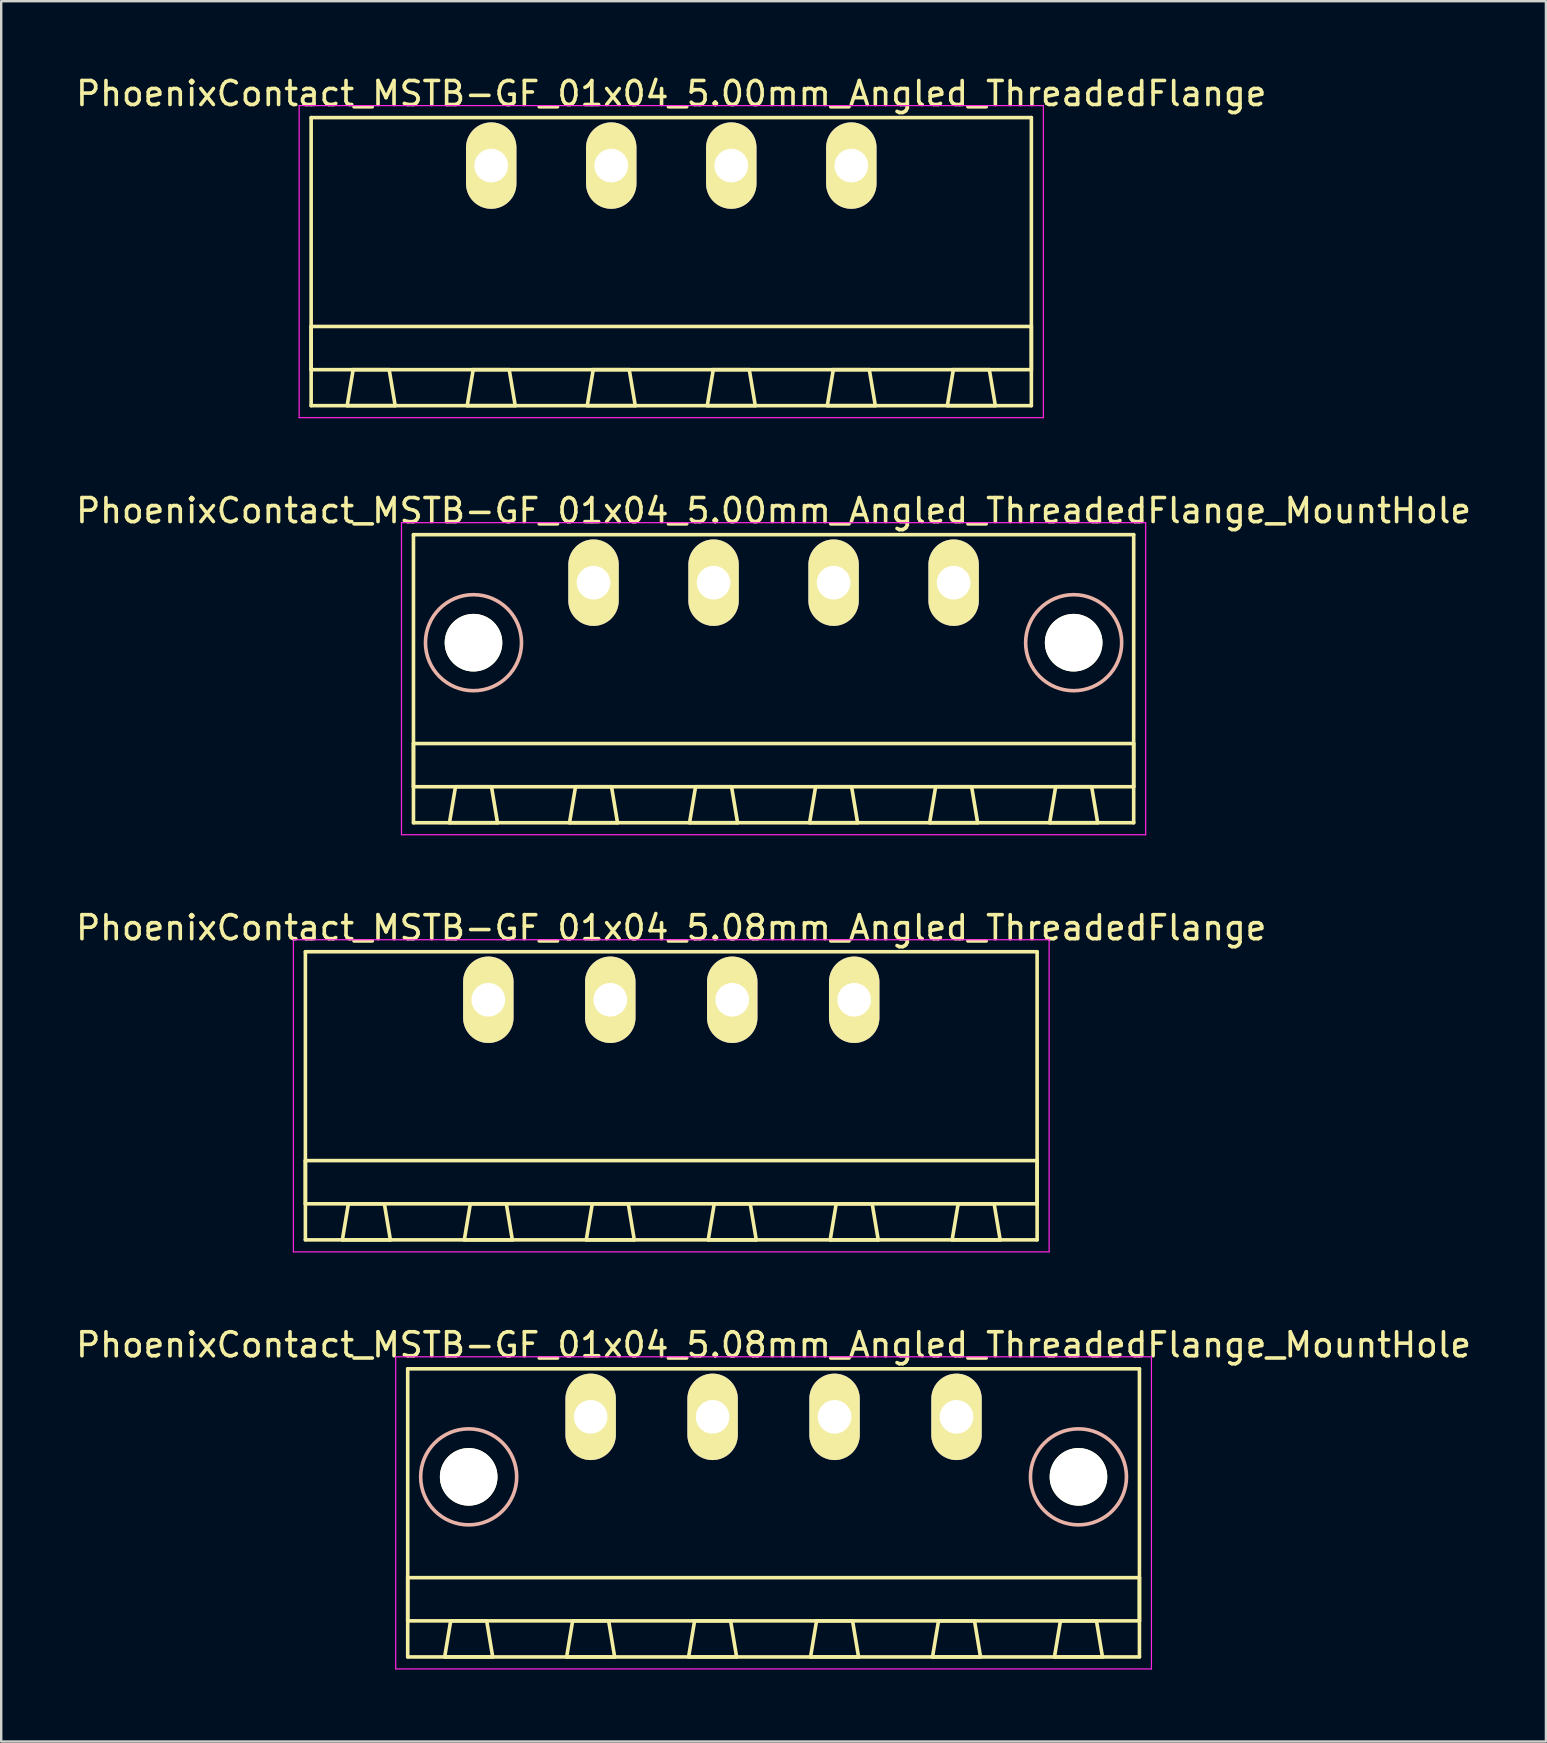
<source format=kicad_pcb>
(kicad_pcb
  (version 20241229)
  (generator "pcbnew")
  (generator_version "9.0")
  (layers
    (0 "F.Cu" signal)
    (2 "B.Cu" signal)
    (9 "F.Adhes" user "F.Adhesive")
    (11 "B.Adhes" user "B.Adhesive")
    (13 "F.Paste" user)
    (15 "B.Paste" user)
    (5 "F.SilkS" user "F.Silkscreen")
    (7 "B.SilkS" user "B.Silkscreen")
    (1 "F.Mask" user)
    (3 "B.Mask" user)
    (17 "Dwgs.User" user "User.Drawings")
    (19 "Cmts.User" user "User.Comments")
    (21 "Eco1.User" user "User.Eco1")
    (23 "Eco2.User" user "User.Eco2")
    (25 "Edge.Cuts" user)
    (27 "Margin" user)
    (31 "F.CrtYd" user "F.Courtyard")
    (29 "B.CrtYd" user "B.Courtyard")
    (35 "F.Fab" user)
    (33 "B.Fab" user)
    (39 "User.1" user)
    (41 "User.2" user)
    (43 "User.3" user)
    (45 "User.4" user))
  (footprint "PhoenixContact_MSTB-GF_01x04_5.08mm_Angled_ThreadedFlange"
    (layer "F.Cu")
    (at 17.291 38.595)
    (property "Reference" "PhoenixContact_MSTB-GF_01x04_5.08mm_Angled_ThreadedFlange" (at 7.62 -3 0) (layer "F.SilkS") (effects (font (size 1 1) (thickness 0.15))))
    (attr through_hole)
    (fp_line (start -7.62 -2) (end -7.62 10) (stroke (width 0.15) (type solid)) (layer "F.SilkS"))
    (fp_line (start -7.62 6.7) (end 22.86 6.7) (stroke (width 0.15) (type solid)) (layer "F.SilkS"))
    (fp_line (start -7.62 8.5) (end -7.62 6.7) (stroke (width 0.15) (type solid)) (layer "F.SilkS"))
    (fp_line (start -7.62 10) (end 22.86 10) (stroke (width 0.15) (type solid)) (layer "F.SilkS"))
    (fp_line (start -6.08 10) (end -4.08 10) (stroke (width 0.15) (type solid)) (layer "F.SilkS"))
    (fp_line (start -5.83 8.5) (end -6.08 10) (stroke (width 0.15) (type solid)) (layer "F.SilkS"))
    (fp_line (start -4.33 8.5) (end -5.83 8.5) (stroke (width 0.15) (type solid)) (layer "F.SilkS"))
    (fp_line (start -4.08 10) (end -4.33 8.5) (stroke (width 0.15) (type solid)) (layer "F.SilkS"))
    (fp_line (start -1 10) (end 1 10) (stroke (width 0.15) (type solid)) (layer "F.SilkS"))
    (fp_line (start -0.75 8.5) (end -1 10) (stroke (width 0.15) (type solid)) (layer "F.SilkS"))
    (fp_line (start 0.75 8.5) (end -0.75 8.5) (stroke (width 0.15) (type solid)) (layer "F.SilkS"))
    (fp_line (start 1 10) (end 0.75 8.5) (stroke (width 0.15) (type solid)) (layer "F.SilkS"))
    (fp_line (start 4.08 10) (end 6.08 10) (stroke (width 0.15) (type solid)) (layer "F.SilkS"))
    (fp_line (start 4.33 8.5) (end 4.08 10) (stroke (width 0.15) (type solid)) (layer "F.SilkS"))
    (fp_line (start 5.83 8.5) (end 4.33 8.5) (stroke (width 0.15) (type solid)) (layer "F.SilkS"))
    (fp_line (start 6.08 10) (end 5.83 8.5) (stroke (width 0.15) (type solid)) (layer "F.SilkS"))
    (fp_line (start 9.16 10) (end 11.16 10) (stroke (width 0.15) (type solid)) (layer "F.SilkS"))
    (fp_line (start 9.41 8.5) (end 9.16 10) (stroke (width 0.15) (type solid)) (layer "F.SilkS"))
    (fp_line (start 10.91 8.5) (end 9.41 8.5) (stroke (width 0.15) (type solid)) (layer "F.SilkS"))
    (fp_line (start 11.16 10) (end 10.91 8.5) (stroke (width 0.15) (type solid)) (layer "F.SilkS"))
    (fp_line (start 14.24 10) (end 16.24 10) (stroke (width 0.15) (type solid)) (layer "F.SilkS"))
    (fp_line (start 14.49 8.5) (end 14.24 10) (stroke (width 0.15) (type solid)) (layer "F.SilkS"))
    (fp_line (start 15.99 8.5) (end 14.49 8.5) (stroke (width 0.15) (type solid)) (layer "F.SilkS"))
    (fp_line (start 16.24 10) (end 15.99 8.5) (stroke (width 0.15) (type solid)) (layer "F.SilkS"))
    (fp_line (start 19.32 10) (end 21.32 10) (stroke (width 0.15) (type solid)) (layer "F.SilkS"))
    (fp_line (start 19.57 8.5) (end 19.32 10) (stroke (width 0.15) (type solid)) (layer "F.SilkS"))
    (fp_line (start 21.07 8.5) (end 19.57 8.5) (stroke (width 0.15) (type solid)) (layer "F.SilkS"))
    (fp_line (start 21.32 10) (end 21.07 8.5) (stroke (width 0.15) (type solid)) (layer "F.SilkS"))
    (fp_line (start 22.86 -2) (end -7.62 -2) (stroke (width 0.15) (type solid)) (layer "F.SilkS"))
    (fp_line (start 22.86 6.7) (end 22.86 8.5) (stroke (width 0.15) (type solid)) (layer "F.SilkS"))
    (fp_line (start 22.86 8.5) (end -7.62 8.5) (stroke (width 0.15) (type solid)) (layer "F.SilkS"))
    (fp_line (start 22.86 10) (end 22.86 -2) (stroke (width 0.15) (type solid)) (layer "F.SilkS"))
    (fp_line (start -8.12 -2.5) (end -8.12 10.5) (stroke (width 0.05) (type solid)) (layer "F.CrtYd"))
    (fp_line (start -8.12 10.5) (end 23.36 10.5) (stroke (width 0.05) (type solid)) (layer "F.CrtYd"))
    (fp_line (start 23.36 -2.5) (end -8.12 -2.5) (stroke (width 0.05) (type solid)) (layer "F.CrtYd"))
    (fp_line (start 23.36 10.5) (end 23.36 -2.5) (stroke (width 0.05) (type solid)) (layer "F.CrtYd"))
    (pad "1" thru_hole oval (at 0 0) (size 2.1 3.6) (drill 1.4) (layers "*.Cu" "*.Mask" "F.SilkS"))
    (pad "2" thru_hole oval (at 5.08 0) (size 2.1 3.6) (drill 1.4) (layers "*.Cu" "*.Mask" "F.SilkS"))
    (pad "3" thru_hole oval (at 10.16 0) (size 2.1 3.6) (drill 1.4) (layers "*.Cu" "*.Mask" "F.SilkS"))
    (pad "4" thru_hole oval (at 15.24 0) (size 2.1 3.6) (drill 1.4) (layers "*.Cu" "*.Mask" "F.SilkS")))
  (footprint "PhoenixContact_MSTB-GF_01x04_5.00mm_Angled_ThreadedFlange"
    (layer "F.Cu")
    (at 17.411 3.848)
    (property "Reference" "PhoenixContact_MSTB-GF_01x04_5.00mm_Angled_ThreadedFlange" (at 7.5 -3 0) (layer "F.SilkS") (effects (font (size 1 1) (thickness 0.15))))
    (attr through_hole)
    (fp_line (start -7.5 -2) (end -7.5 10) (stroke (width 0.15) (type solid)) (layer "F.SilkS"))
    (fp_line (start -7.5 6.7) (end 22.5 6.7) (stroke (width 0.15) (type solid)) (layer "F.SilkS"))
    (fp_line (start -7.5 8.5) (end -7.5 6.7) (stroke (width 0.15) (type solid)) (layer "F.SilkS"))
    (fp_line (start -7.5 10) (end 22.5 10) (stroke (width 0.15) (type solid)) (layer "F.SilkS"))
    (fp_line (start -6 10) (end -4 10) (stroke (width 0.15) (type solid)) (layer "F.SilkS"))
    (fp_line (start -5.75 8.5) (end -6 10) (stroke (width 0.15) (type solid)) (layer "F.SilkS"))
    (fp_line (start -4.25 8.5) (end -5.75 8.5) (stroke (width 0.15) (type solid)) (layer "F.SilkS"))
    (fp_line (start -4 10) (end -4.25 8.5) (stroke (width 0.15) (type solid)) (layer "F.SilkS"))
    (fp_line (start -1 10) (end 1 10) (stroke (width 0.15) (type solid)) (layer "F.SilkS"))
    (fp_line (start -0.75 8.5) (end -1 10) (stroke (width 0.15) (type solid)) (layer "F.SilkS"))
    (fp_line (start 0.75 8.5) (end -0.75 8.5) (stroke (width 0.15) (type solid)) (layer "F.SilkS"))
    (fp_line (start 1 10) (end 0.75 8.5) (stroke (width 0.15) (type solid)) (layer "F.SilkS"))
    (fp_line (start 4 10) (end 6 10) (stroke (width 0.15) (type solid)) (layer "F.SilkS"))
    (fp_line (start 4.25 8.5) (end 4 10) (stroke (width 0.15) (type solid)) (layer "F.SilkS"))
    (fp_line (start 5.75 8.5) (end 4.25 8.5) (stroke (width 0.15) (type solid)) (layer "F.SilkS"))
    (fp_line (start 6 10) (end 5.75 8.5) (stroke (width 0.15) (type solid)) (layer "F.SilkS"))
    (fp_line (start 9 10) (end 11 10) (stroke (width 0.15) (type solid)) (layer "F.SilkS"))
    (fp_line (start 9.25 8.5) (end 9 10) (stroke (width 0.15) (type solid)) (layer "F.SilkS"))
    (fp_line (start 10.75 8.5) (end 9.25 8.5) (stroke (width 0.15) (type solid)) (layer "F.SilkS"))
    (fp_line (start 11 10) (end 10.75 8.5) (stroke (width 0.15) (type solid)) (layer "F.SilkS"))
    (fp_line (start 14 10) (end 16 10) (stroke (width 0.15) (type solid)) (layer "F.SilkS"))
    (fp_line (start 14.25 8.5) (end 14 10) (stroke (width 0.15) (type solid)) (layer "F.SilkS"))
    (fp_line (start 15.75 8.5) (end 14.25 8.5) (stroke (width 0.15) (type solid)) (layer "F.SilkS"))
    (fp_line (start 16 10) (end 15.75 8.5) (stroke (width 0.15) (type solid)) (layer "F.SilkS"))
    (fp_line (start 19 10) (end 21 10) (stroke (width 0.15) (type solid)) (layer "F.SilkS"))
    (fp_line (start 19.25 8.5) (end 19 10) (stroke (width 0.15) (type solid)) (layer "F.SilkS"))
    (fp_line (start 20.75 8.5) (end 19.25 8.5) (stroke (width 0.15) (type solid)) (layer "F.SilkS"))
    (fp_line (start 21 10) (end 20.75 8.5) (stroke (width 0.15) (type solid)) (layer "F.SilkS"))
    (fp_line (start 22.5 -2) (end -7.5 -2) (stroke (width 0.15) (type solid)) (layer "F.SilkS"))
    (fp_line (start 22.5 6.7) (end 22.5 8.5) (stroke (width 0.15) (type solid)) (layer "F.SilkS"))
    (fp_line (start 22.5 8.5) (end -7.5 8.5) (stroke (width 0.15) (type solid)) (layer "F.SilkS"))
    (fp_line (start 22.5 10) (end 22.5 -2) (stroke (width 0.15) (type solid)) (layer "F.SilkS"))
    (fp_line (start -8 -2.5) (end -8 10.5) (stroke (width 0.05) (type solid)) (layer "F.CrtYd"))
    (fp_line (start -8 10.5) (end 23 10.5) (stroke (width 0.05) (type solid)) (layer "F.CrtYd"))
    (fp_line (start 23 -2.5) (end -8 -2.5) (stroke (width 0.05) (type solid)) (layer "F.CrtYd"))
    (fp_line (start 23 10.5) (end 23 -2.5) (stroke (width 0.05) (type solid)) (layer "F.CrtYd"))
    (pad "1" thru_hole oval (at 0 0) (size 2.1 3.6) (drill 1.4) (layers "*.Cu" "*.Mask" "F.SilkS"))
    (pad "2" thru_hole oval (at 5 0) (size 2.1 3.6) (drill 1.4) (layers "*.Cu" "*.Mask" "F.SilkS"))
    (pad "3" thru_hole oval (at 10 0) (size 2.1 3.6) (drill 1.4) (layers "*.Cu" "*.Mask" "F.SilkS"))
    (pad "4" thru_hole oval (at 15 0) (size 2.1 3.6) (drill 1.4) (layers "*.Cu" "*.Mask" "F.SilkS")))
  (footprint "PhoenixContact_MSTB-GF_01x04_5.00mm_Angled_ThreadedFlange_MountHole"
    (layer "F.Cu")
    (at 21.673 21.221)
    (property "Reference" "PhoenixContact_MSTB-GF_01x04_5.00mm_Angled_ThreadedFlange_MountHole" (at 7.5 -3 0) (layer "F.SilkS") (effects (font (size 1 1) (thickness 0.15))))
    (attr through_hole)
    (fp_line (start -7.5 -2) (end -7.5 10) (stroke (width 0.15) (type solid)) (layer "F.SilkS"))
    (fp_line (start -7.5 6.7) (end 22.5 6.7) (stroke (width 0.15) (type solid)) (layer "F.SilkS"))
    (fp_line (start -7.5 8.5) (end -7.5 6.7) (stroke (width 0.15) (type solid)) (layer "F.SilkS"))
    (fp_line (start -7.5 10) (end 22.5 10) (stroke (width 0.15) (type solid)) (layer "F.SilkS"))
    (fp_line (start -6 10) (end -4 10) (stroke (width 0.15) (type solid)) (layer "F.SilkS"))
    (fp_line (start -5.75 8.5) (end -6 10) (stroke (width 0.15) (type solid)) (layer "F.SilkS"))
    (fp_line (start -4.25 8.5) (end -5.75 8.5) (stroke (width 0.15) (type solid)) (layer "F.SilkS"))
    (fp_line (start -4 10) (end -4.25 8.5) (stroke (width 0.15) (type solid)) (layer "F.SilkS"))
    (fp_line (start -1 10) (end 1 10) (stroke (width 0.15) (type solid)) (layer "F.SilkS"))
    (fp_line (start -0.75 8.5) (end -1 10) (stroke (width 0.15) (type solid)) (layer "F.SilkS"))
    (fp_line (start 0.75 8.5) (end -0.75 8.5) (stroke (width 0.15) (type solid)) (layer "F.SilkS"))
    (fp_line (start 1 10) (end 0.75 8.5) (stroke (width 0.15) (type solid)) (layer "F.SilkS"))
    (fp_line (start 4 10) (end 6 10) (stroke (width 0.15) (type solid)) (layer "F.SilkS"))
    (fp_line (start 4.25 8.5) (end 4 10) (stroke (width 0.15) (type solid)) (layer "F.SilkS"))
    (fp_line (start 5.75 8.5) (end 4.25 8.5) (stroke (width 0.15) (type solid)) (layer "F.SilkS"))
    (fp_line (start 6 10) (end 5.75 8.5) (stroke (width 0.15) (type solid)) (layer "F.SilkS"))
    (fp_line (start 9 10) (end 11 10) (stroke (width 0.15) (type solid)) (layer "F.SilkS"))
    (fp_line (start 9.25 8.5) (end 9 10) (stroke (width 0.15) (type solid)) (layer "F.SilkS"))
    (fp_line (start 10.75 8.5) (end 9.25 8.5) (stroke (width 0.15) (type solid)) (layer "F.SilkS"))
    (fp_line (start 11 10) (end 10.75 8.5) (stroke (width 0.15) (type solid)) (layer "F.SilkS"))
    (fp_line (start 14 10) (end 16 10) (stroke (width 0.15) (type solid)) (layer "F.SilkS"))
    (fp_line (start 14.25 8.5) (end 14 10) (stroke (width 0.15) (type solid)) (layer "F.SilkS"))
    (fp_line (start 15.75 8.5) (end 14.25 8.5) (stroke (width 0.15) (type solid)) (layer "F.SilkS"))
    (fp_line (start 16 10) (end 15.75 8.5) (stroke (width 0.15) (type solid)) (layer "F.SilkS"))
    (fp_line (start 19 10) (end 21 10) (stroke (width 0.15) (type solid)) (layer "F.SilkS"))
    (fp_line (start 19.25 8.5) (end 19 10) (stroke (width 0.15) (type solid)) (layer "F.SilkS"))
    (fp_line (start 20.75 8.5) (end 19.25 8.5) (stroke (width 0.15) (type solid)) (layer "F.SilkS"))
    (fp_line (start 21 10) (end 20.75 8.5) (stroke (width 0.15) (type solid)) (layer "F.SilkS"))
    (fp_line (start 22.5 -2) (end -7.5 -2) (stroke (width 0.15) (type solid)) (layer "F.SilkS"))
    (fp_line (start 22.5 6.7) (end 22.5 8.5) (stroke (width 0.15) (type solid)) (layer "F.SilkS"))
    (fp_line (start 22.5 8.5) (end -7.5 8.5) (stroke (width 0.15) (type solid)) (layer "F.SilkS"))
    (fp_line (start 22.5 10) (end 22.5 -2) (stroke (width 0.15) (type solid)) (layer "F.SilkS"))
    (fp_circle (center -5 2.5) (end -3 2.5) (stroke (width 0.15) (type solid)) (fill no) (layer "B.SilkS"))
    (fp_circle (center 20 2.5) (end 22 2.5) (stroke (width 0.15) (type solid)) (fill no) (layer "B.SilkS"))
    (fp_line (start -8 -2.5) (end -8 10.5) (stroke (width 0.05) (type solid)) (layer "F.CrtYd"))
    (fp_line (start -8 10.5) (end 23 10.5) (stroke (width 0.05) (type solid)) (layer "F.CrtYd"))
    (fp_line (start 23 -2.5) (end -8 -2.5) (stroke (width 0.05) (type solid)) (layer "F.CrtYd"))
    (fp_line (start 23 10.5) (end 23 -2.5) (stroke (width 0.05) (type solid)) (layer "F.CrtYd"))
    (pad "" np_thru_hole circle (at -5 2.5) (size 2.4 2.4) (drill 2.4) (layers "*.Cu" "*.Mask" "F.SilkS"))
    (pad "" np_thru_hole circle (at 20 2.5) (size 2.4 2.4) (drill 2.4) (layers "*.Cu" "*.Mask" "F.SilkS"))
    (pad "1" thru_hole oval (at 0 0) (size 2.1 3.6) (drill 1.4) (layers "*.Cu" "*.Mask" "F.SilkS"))
    (pad "2" thru_hole oval (at 5 0) (size 2.1 3.6) (drill 1.4) (layers "*.Cu" "*.Mask" "F.SilkS"))
    (pad "3" thru_hole oval (at 10 0) (size 2.1 3.6) (drill 1.4) (layers "*.Cu" "*.Mask" "F.SilkS"))
    (pad "4" thru_hole oval (at 15 0) (size 2.1 3.6) (drill 1.4) (layers "*.Cu" "*.Mask" "F.SilkS")))
  (footprint "PhoenixContact_MSTB-GF_01x04_5.08mm_Angled_ThreadedFlange_MountHole"
    (layer "F.Cu")
    (at 21.553 55.968)
    (property "Reference" "PhoenixContact_MSTB-GF_01x04_5.08mm_Angled_ThreadedFlange_MountHole" (at 7.62 -3 0) (layer "F.SilkS") (effects (font (size 1 1) (thickness 0.15))))
    (attr through_hole)
    (fp_line (start -7.62 -2) (end -7.62 10) (stroke (width 0.15) (type solid)) (layer "F.SilkS"))
    (fp_line (start -7.62 6.7) (end 22.86 6.7) (stroke (width 0.15) (type solid)) (layer "F.SilkS"))
    (fp_line (start -7.62 8.5) (end -7.62 6.7) (stroke (width 0.15) (type solid)) (layer "F.SilkS"))
    (fp_line (start -7.62 10) (end 22.86 10) (stroke (width 0.15) (type solid)) (layer "F.SilkS"))
    (fp_line (start -6.08 10) (end -4.08 10) (stroke (width 0.15) (type solid)) (layer "F.SilkS"))
    (fp_line (start -5.83 8.5) (end -6.08 10) (stroke (width 0.15) (type solid)) (layer "F.SilkS"))
    (fp_line (start -4.33 8.5) (end -5.83 8.5) (stroke (width 0.15) (type solid)) (layer "F.SilkS"))
    (fp_line (start -4.08 10) (end -4.33 8.5) (stroke (width 0.15) (type solid)) (layer "F.SilkS"))
    (fp_line (start -1 10) (end 1 10) (stroke (width 0.15) (type solid)) (layer "F.SilkS"))
    (fp_line (start -0.75 8.5) (end -1 10) (stroke (width 0.15) (type solid)) (layer "F.SilkS"))
    (fp_line (start 0.75 8.5) (end -0.75 8.5) (stroke (width 0.15) (type solid)) (layer "F.SilkS"))
    (fp_line (start 1 10) (end 0.75 8.5) (stroke (width 0.15) (type solid)) (layer "F.SilkS"))
    (fp_line (start 4.08 10) (end 6.08 10) (stroke (width 0.15) (type solid)) (layer "F.SilkS"))
    (fp_line (start 4.33 8.5) (end 4.08 10) (stroke (width 0.15) (type solid)) (layer "F.SilkS"))
    (fp_line (start 5.83 8.5) (end 4.33 8.5) (stroke (width 0.15) (type solid)) (layer "F.SilkS"))
    (fp_line (start 6.08 10) (end 5.83 8.5) (stroke (width 0.15) (type solid)) (layer "F.SilkS"))
    (fp_line (start 9.16 10) (end 11.16 10) (stroke (width 0.15) (type solid)) (layer "F.SilkS"))
    (fp_line (start 9.41 8.5) (end 9.16 10) (stroke (width 0.15) (type solid)) (layer "F.SilkS"))
    (fp_line (start 10.91 8.5) (end 9.41 8.5) (stroke (width 0.15) (type solid)) (layer "F.SilkS"))
    (fp_line (start 11.16 10) (end 10.91 8.5) (stroke (width 0.15) (type solid)) (layer "F.SilkS"))
    (fp_line (start 14.24 10) (end 16.24 10) (stroke (width 0.15) (type solid)) (layer "F.SilkS"))
    (fp_line (start 14.49 8.5) (end 14.24 10) (stroke (width 0.15) (type solid)) (layer "F.SilkS"))
    (fp_line (start 15.99 8.5) (end 14.49 8.5) (stroke (width 0.15) (type solid)) (layer "F.SilkS"))
    (fp_line (start 16.24 10) (end 15.99 8.5) (stroke (width 0.15) (type solid)) (layer "F.SilkS"))
    (fp_line (start 19.32 10) (end 21.32 10) (stroke (width 0.15) (type solid)) (layer "F.SilkS"))
    (fp_line (start 19.57 8.5) (end 19.32 10) (stroke (width 0.15) (type solid)) (layer "F.SilkS"))
    (fp_line (start 21.07 8.5) (end 19.57 8.5) (stroke (width 0.15) (type solid)) (layer "F.SilkS"))
    (fp_line (start 21.32 10) (end 21.07 8.5) (stroke (width 0.15) (type solid)) (layer "F.SilkS"))
    (fp_line (start 22.86 -2) (end -7.62 -2) (stroke (width 0.15) (type solid)) (layer "F.SilkS"))
    (fp_line (start 22.86 6.7) (end 22.86 8.5) (stroke (width 0.15) (type solid)) (layer "F.SilkS"))
    (fp_line (start 22.86 8.5) (end -7.62 8.5) (stroke (width 0.15) (type solid)) (layer "F.SilkS"))
    (fp_line (start 22.86 10) (end 22.86 -2) (stroke (width 0.15) (type solid)) (layer "F.SilkS"))
    (fp_circle (center -5.08 2.5) (end -3.08 2.5) (stroke (width 0.15) (type solid)) (fill no) (layer "B.SilkS"))
    (fp_circle (center 20.32 2.5) (end 22.32 2.5) (stroke (width 0.15) (type solid)) (fill no) (layer "B.SilkS"))
    (fp_line (start -8.12 -2.5) (end -8.12 10.5) (stroke (width 0.05) (type solid)) (layer "F.CrtYd"))
    (fp_line (start -8.12 10.5) (end 23.36 10.5) (stroke (width 0.05) (type solid)) (layer "F.CrtYd"))
    (fp_line (start 23.36 -2.5) (end -8.12 -2.5) (stroke (width 0.05) (type solid)) (layer "F.CrtYd"))
    (fp_line (start 23.36 10.5) (end 23.36 -2.5) (stroke (width 0.05) (type solid)) (layer "F.CrtYd"))
    (pad "" np_thru_hole circle (at -5.08 2.5) (size 2.4 2.4) (drill 2.4) (layers "*.Cu" "*.Mask" "F.SilkS"))
    (pad "" np_thru_hole circle (at 20.32 2.5) (size 2.4 2.4) (drill 2.4) (layers "*.Cu" "*.Mask" "F.SilkS"))
    (pad "1" thru_hole oval (at 0 0) (size 2.1 3.6) (drill 1.4) (layers "*.Cu" "*.Mask" "F.SilkS"))
    (pad "2" thru_hole oval (at 5.08 0) (size 2.1 3.6) (drill 1.4) (layers "*.Cu" "*.Mask" "F.SilkS"))
    (pad "3" thru_hole oval (at 10.16 0) (size 2.1 3.6) (drill 1.4) (layers "*.Cu" "*.Mask" "F.SilkS"))
    (pad "4" thru_hole oval (at 15.24 0) (size 2.1 3.6) (drill 1.4) (layers "*.Cu" "*.Mask" "F.SilkS")))
  (gr_rect
    (start -3 -3)
    (end 61.345 69.493)
    (stroke (width 0.1) (type default))
    (fill no)
    (layer "Edge.Cuts")))
</source>
